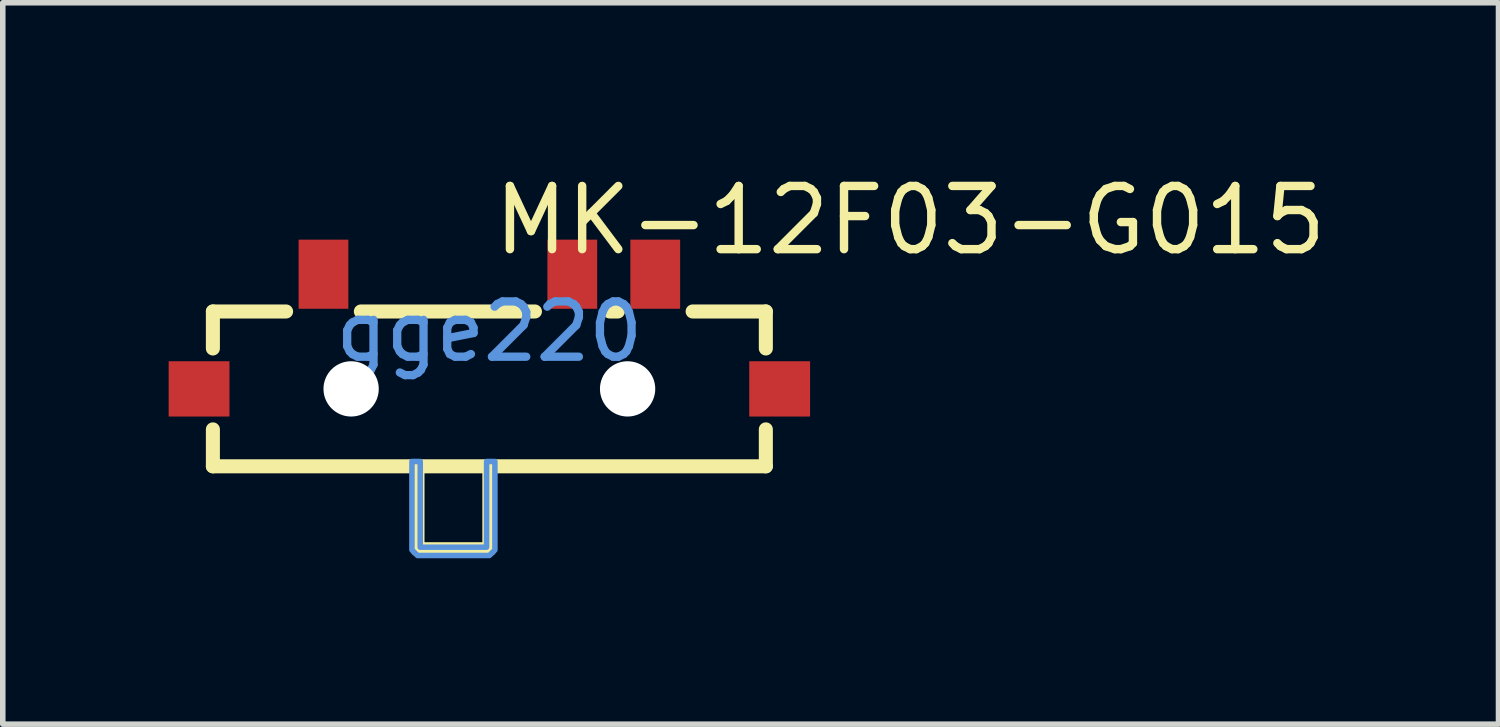
<source format=kicad_pcb>
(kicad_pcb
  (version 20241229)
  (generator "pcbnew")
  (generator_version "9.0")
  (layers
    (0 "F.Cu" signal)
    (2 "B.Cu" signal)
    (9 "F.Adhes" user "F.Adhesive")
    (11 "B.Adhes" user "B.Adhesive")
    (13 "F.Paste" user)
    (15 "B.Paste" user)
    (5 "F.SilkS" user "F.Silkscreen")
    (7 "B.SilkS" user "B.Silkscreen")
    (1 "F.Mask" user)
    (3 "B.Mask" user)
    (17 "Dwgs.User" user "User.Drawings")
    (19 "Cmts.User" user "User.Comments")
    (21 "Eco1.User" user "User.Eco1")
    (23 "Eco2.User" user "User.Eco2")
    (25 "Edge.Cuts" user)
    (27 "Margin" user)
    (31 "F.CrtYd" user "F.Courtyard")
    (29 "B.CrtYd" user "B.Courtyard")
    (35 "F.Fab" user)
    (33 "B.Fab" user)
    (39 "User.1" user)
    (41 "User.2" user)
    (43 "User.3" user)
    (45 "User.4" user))
  (footprint "MK-12F03-G015"
    (layer "F.Cu")
    (at 5.8 2.946)
    (property "Reference" "MK-12F03-G015" (at 0 -2.011 0) (layer "F.SilkS") (effects (font (size 1.143 1.143) (thickness 0.152)) (justify left)))
    (attr smd)
    (fp_line (start -5 -0.363) (end -3.676 -0.363) (stroke (width 0.254) (type solid)) (layer "F.SilkS"))
    (fp_line (start -5 0.306) (end -5 -0.363) (stroke (width 0.254) (type solid)) (layer "F.SilkS"))
    (fp_line (start -5 2.437) (end -5 1.769) (stroke (width 0.254) (type solid)) (layer "F.SilkS"))
    (fp_line (start -5 2.437) (end 5 2.437) (stroke (width 0.254) (type solid)) (layer "F.SilkS"))
    (fp_line (start -2.324 -0.363) (end 0.824 -0.363) (stroke (width 0.254) (type solid)) (layer "F.SilkS"))
    (fp_line (start -1.3 2.437) (end -1.3 3.937) (stroke (width 0.254) (type solid)) (layer "F.SilkS"))
    (fp_line (start -1.3 3.937) (end 0 3.937) (stroke (width 0.254) (type solid)) (layer "F.SilkS"))
    (fp_line (start 0 3.937) (end 0 2.437) (stroke (width 0.254) (type solid)) (layer "F.SilkS"))
    (fp_line (start 2.176 -0.363) (end 2.324 -0.363) (stroke (width 0.254) (type solid)) (layer "F.SilkS"))
    (fp_line (start 3.676 -0.363) (end 5 -0.363) (stroke (width 0.254) (type solid)) (layer "F.SilkS"))
    (fp_line (start 5 0.306) (end 5 -0.363) (stroke (width 0.254) (type solid)) (layer "F.SilkS"))
    (fp_line (start 5 2.437) (end 5 1.769) (stroke (width 0.254) (type solid)) (layer "F.SilkS"))
    (fp_circle (center -2.5 1.037) (end -2.325 1.037) (stroke (width 0.35) (type solid)) (fill no) (layer "Cmts.User"))
    (fp_circle (center 2.5 1.037) (end 2.675 1.037) (stroke (width 0.35) (type solid)) (fill no) (layer "Cmts.User"))
    (fp_poly (pts (xy -1.4 2.35) (xy -1.4 3.95) (xy -1.3 4.05) (xy 0 4.05) (xy 0.1 3.95) (xy 0.1 2.35) (xy -0.05 2.35) (xy -0.05 3.9) (xy -1.25 3.9) (xy -1.25 2.35)) (stroke (width 0.1) (type solid)) (fill no) (layer "Cmts.User"))
    (fp_text user "gge220" (at 0 0 0) (layer "Cmts.User") (effects (font (size 1 1) (thickness 0.15))))
    (pad "" np_thru_hole circle (at -2.5 1.037) (size 1 1) (drill 1) (layers "*.Cu" "*.Mask"))
    (pad "" np_thru_hole circle (at 2.5 1.037) (size 1 1) (drill 1) (layers "*.Cu" "*.Mask"))
    (pad "1" smd rect (at -5.25 1.037) (size 1.1 1) (layers "F.Cu" "F.Mask" "F.Paste"))
    (pad "1" smd rect (at -3 -1.037 90) (size 1.25 0.9) (layers "F.Cu" "F.Mask" "F.Paste"))
    (pad "2" smd rect (at 1.5 -1.037 90) (size 1.25 0.9) (layers "F.Cu" "F.Mask" "F.Paste"))
    (pad "3" smd rect (at 3 -1.037 90) (size 1.25 0.9) (layers "F.Cu" "F.Mask" "F.Paste"))
    (pad "3" smd rect (at 5.25 1.037) (size 1.1 1) (layers "F.Cu" "F.Mask" "F.Paste")))
  (gr_rect
    (start -3 -3)
    (end 24.05 10.046)
    (stroke (width 0.1) (type default))
    (fill no)
    (layer "Edge.Cuts")))
</source>
